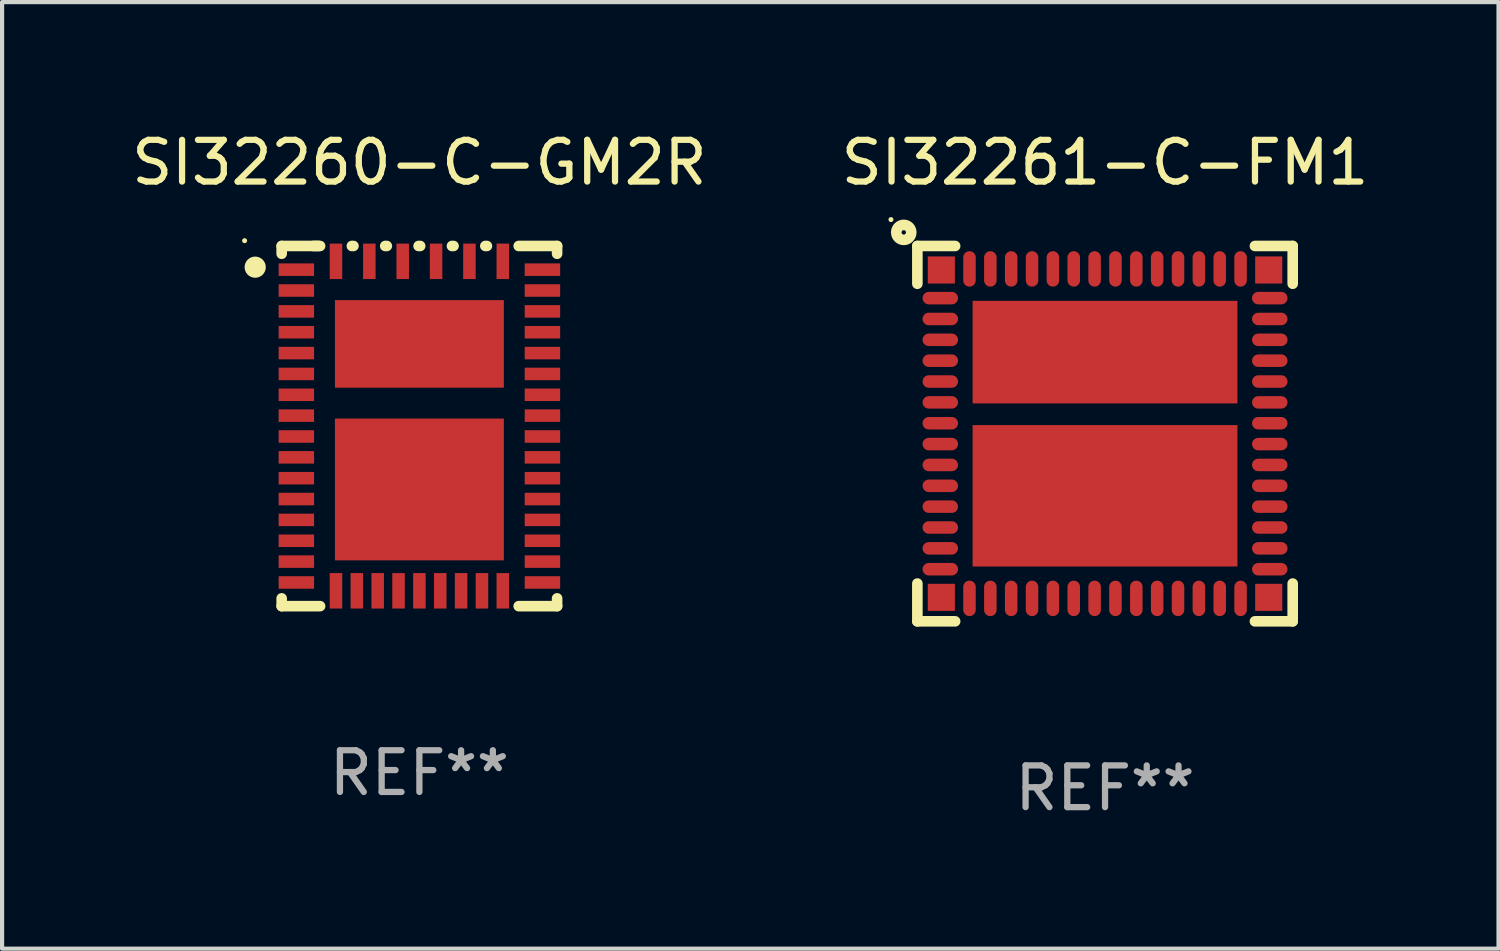
<source format=kicad_pcb>
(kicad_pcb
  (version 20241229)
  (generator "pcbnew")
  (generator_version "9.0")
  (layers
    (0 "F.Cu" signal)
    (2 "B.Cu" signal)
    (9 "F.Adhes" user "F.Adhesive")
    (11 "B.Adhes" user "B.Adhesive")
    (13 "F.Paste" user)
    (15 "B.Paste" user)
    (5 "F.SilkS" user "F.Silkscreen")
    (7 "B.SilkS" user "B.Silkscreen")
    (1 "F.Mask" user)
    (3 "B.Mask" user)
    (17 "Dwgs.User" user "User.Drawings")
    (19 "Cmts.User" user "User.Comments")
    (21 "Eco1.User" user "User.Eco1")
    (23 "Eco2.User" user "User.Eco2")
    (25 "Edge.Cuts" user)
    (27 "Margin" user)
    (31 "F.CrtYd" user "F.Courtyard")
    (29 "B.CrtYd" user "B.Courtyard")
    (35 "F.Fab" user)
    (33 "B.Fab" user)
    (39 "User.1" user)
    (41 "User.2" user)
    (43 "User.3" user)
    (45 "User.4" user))
  (footprint "SI32261-C-FM1"
    (layer "F.Cu")
    (at 23.446 7.348)
    (property "Reference" "SI32261-C-FM1" (at 0 -6.5 0) (layer "F.SilkS") (effects (font (size 1 1) (thickness 0.15))))
    (attr through_hole)
    (fp_line (start -4.5 -4.5) (end -4.5 -3.594) (stroke (width 0.254) (type solid)) (layer "F.SilkS"))
    (fp_line (start -4.5 3.594) (end -4.5 4.5) (stroke (width 0.254) (type solid)) (layer "F.SilkS"))
    (fp_line (start -4.5 4.5) (end -3.594 4.5) (stroke (width 0.254) (type solid)) (layer "F.SilkS"))
    (fp_line (start -3.594 -4.5) (end -4.5 -4.5) (stroke (width 0.254) (type solid)) (layer "F.SilkS"))
    (fp_line (start 3.594 4.5) (end 4.5 4.5) (stroke (width 0.254) (type solid)) (layer "F.SilkS"))
    (fp_line (start 4.5 -4.5) (end 3.594 -4.5) (stroke (width 0.254) (type solid)) (layer "F.SilkS"))
    (fp_line (start 4.5 -3.594) (end 4.5 -4.5) (stroke (width 0.254) (type solid)) (layer "F.SilkS"))
    (fp_line (start 4.5 4.5) (end 4.5 3.594) (stroke (width 0.254) (type solid)) (layer "F.SilkS"))
    (fp_circle (center -5.133 -5.133) (end -5.103 -5.133) (stroke (width 0.06) (type solid)) (fill no) (layer "F.SilkS"))
    (fp_circle (center -4.826 -4.826) (end -4.646 -4.826) (stroke (width 0.254) (type solid)) (fill no) (layer "F.SilkS"))
    (fp_text user "REF**" (at 0 8.5 0) (layer "F.Fab") (effects (font (size 1 1) (thickness 0.15))))
    (pad "1" smd rect (at -3.925 -3.925) (size 0.65 0.65) (layers "F.Cu" "F.Mask" "F.Paste"))
    (pad "2" smd oval (at -3.95 -3.25) (size 0.85 0.3) (layers "F.Cu" "F.Mask" "F.Paste"))
    (pad "3" smd oval (at -3.95 -2.75) (size 0.85 0.3) (layers "F.Cu" "F.Mask" "F.Paste"))
    (pad "4" smd oval (at -3.95 -2.25) (size 0.85 0.3) (layers "F.Cu" "F.Mask" "F.Paste"))
    (pad "5" smd oval (at -3.95 -1.75) (size 0.85 0.3) (layers "F.Cu" "F.Mask" "F.Paste"))
    (pad "6" smd oval (at -3.95 -1.25) (size 0.85 0.3) (layers "F.Cu" "F.Mask" "F.Paste"))
    (pad "7" smd oval (at -3.95 -0.75) (size 0.85 0.3) (layers "F.Cu" "F.Mask" "F.Paste"))
    (pad "8" smd oval (at -3.95 -0.25) (size 0.85 0.3) (layers "F.Cu" "F.Mask" "F.Paste"))
    (pad "9" smd oval (at -3.95 0.25) (size 0.85 0.3) (layers "F.Cu" "F.Mask" "F.Paste"))
    (pad "10" smd oval (at -3.95 0.75) (size 0.85 0.3) (layers "F.Cu" "F.Mask" "F.Paste"))
    (pad "11" smd oval (at -3.95 1.25) (size 0.85 0.3) (layers "F.Cu" "F.Mask" "F.Paste"))
    (pad "12" smd oval (at -3.95 1.75) (size 0.85 0.3) (layers "F.Cu" "F.Mask" "F.Paste"))
    (pad "13" smd oval (at -3.95 2.25) (size 0.85 0.3) (layers "F.Cu" "F.Mask" "F.Paste"))
    (pad "14" smd oval (at -3.95 2.75) (size 0.85 0.3) (layers "F.Cu" "F.Mask" "F.Paste"))
    (pad "15" smd oval (at -3.95 3.25) (size 0.85 0.3) (layers "F.Cu" "F.Mask" "F.Paste"))
    (pad "16" smd rect (at -3.925 3.925) (size 0.65 0.65) (layers "F.Cu" "F.Mask" "F.Paste"))
    (pad "17" smd oval (at -3.25 3.95 90) (size 0.85 0.3) (layers "F.Cu" "F.Mask" "F.Paste"))
    (pad "18" smd oval (at -2.75 3.95 90) (size 0.85 0.3) (layers "F.Cu" "F.Mask" "F.Paste"))
    (pad "19" smd oval (at -2.25 3.95 90) (size 0.85 0.3) (layers "F.Cu" "F.Mask" "F.Paste"))
    (pad "20" smd oval (at -1.75 3.95 90) (size 0.85 0.3) (layers "F.Cu" "F.Mask" "F.Paste"))
    (pad "21" smd oval (at -1.25 3.95 90) (size 0.85 0.3) (layers "F.Cu" "F.Mask" "F.Paste"))
    (pad "22" smd oval (at -0.75 3.95 90) (size 0.85 0.3) (layers "F.Cu" "F.Mask" "F.Paste"))
    (pad "23" smd oval (at -0.25 3.95 90) (size 0.85 0.3) (layers "F.Cu" "F.Mask" "F.Paste"))
    (pad "24" smd oval (at 0.25 3.95 90) (size 0.85 0.3) (layers "F.Cu" "F.Mask" "F.Paste"))
    (pad "25" smd oval (at 0.75 3.95 90) (size 0.85 0.3) (layers "F.Cu" "F.Mask" "F.Paste"))
    (pad "26" smd oval (at 1.25 3.95 90) (size 0.85 0.3) (layers "F.Cu" "F.Mask" "F.Paste"))
    (pad "27" smd oval (at 1.75 3.95 90) (size 0.85 0.3) (layers "F.Cu" "F.Mask" "F.Paste"))
    (pad "28" smd oval (at 2.25 3.95 90) (size 0.85 0.3) (layers "F.Cu" "F.Mask" "F.Paste"))
    (pad "29" smd oval (at 2.75 3.95 90) (size 0.85 0.3) (layers "F.Cu" "F.Mask" "F.Paste"))
    (pad "30" smd oval (at 3.25 3.95 90) (size 0.85 0.3) (layers "F.Cu" "F.Mask" "F.Paste"))
    (pad "31" smd rect (at 3.925 3.925 180) (size 0.65 0.65) (layers "F.Cu" "F.Mask" "F.Paste"))
    (pad "32" smd oval (at 3.95 3.25 180) (size 0.85 0.3) (layers "F.Cu" "F.Mask" "F.Paste"))
    (pad "33" smd oval (at 3.95 2.75 180) (size 0.85 0.3) (layers "F.Cu" "F.Mask" "F.Paste"))
    (pad "34" smd oval (at 3.95 2.25 180) (size 0.85 0.3) (layers "F.Cu" "F.Mask" "F.Paste"))
    (pad "35" smd oval (at 3.95 1.75 180) (size 0.85 0.3) (layers "F.Cu" "F.Mask" "F.Paste"))
    (pad "36" smd oval (at 3.95 1.25 180) (size 0.85 0.3) (layers "F.Cu" "F.Mask" "F.Paste"))
    (pad "37" smd oval (at 3.95 0.75 180) (size 0.85 0.3) (layers "F.Cu" "F.Mask" "F.Paste"))
    (pad "38" smd oval (at 3.95 0.25 180) (size 0.85 0.3) (layers "F.Cu" "F.Mask" "F.Paste"))
    (pad "39" smd oval (at 3.95 -0.25 180) (size 0.85 0.3) (layers "F.Cu" "F.Mask" "F.Paste"))
    (pad "40" smd oval (at 3.95 -0.75 180) (size 0.85 0.3) (layers "F.Cu" "F.Mask" "F.Paste"))
    (pad "41" smd oval (at 3.95 -1.25 180) (size 0.85 0.3) (layers "F.Cu" "F.Mask" "F.Paste"))
    (pad "42" smd oval (at 3.95 -1.75 180) (size 0.85 0.3) (layers "F.Cu" "F.Mask" "F.Paste"))
    (pad "43" smd oval (at 3.95 -2.25 180) (size 0.85 0.3) (layers "F.Cu" "F.Mask" "F.Paste"))
    (pad "44" smd oval (at 3.95 -2.75 180) (size 0.85 0.3) (layers "F.Cu" "F.Mask" "F.Paste"))
    (pad "45" smd oval (at 3.95 -3.25 180) (size 0.85 0.3) (layers "F.Cu" "F.Mask" "F.Paste"))
    (pad "46" smd rect (at 3.925 -3.925 180) (size 0.65 0.65) (layers "F.Cu" "F.Mask" "F.Paste"))
    (pad "47" smd oval (at 3.25 -3.95 270) (size 0.85 0.3) (layers "F.Cu" "F.Mask" "F.Paste"))
    (pad "48" smd oval (at 2.75 -3.95 270) (size 0.85 0.3) (layers "F.Cu" "F.Mask" "F.Paste"))
    (pad "49" smd oval (at 2.25 -3.95 270) (size 0.85 0.3) (layers "F.Cu" "F.Mask" "F.Paste"))
    (pad "50" smd oval (at 1.75 -3.95 270) (size 0.85 0.3) (layers "F.Cu" "F.Mask" "F.Paste"))
    (pad "51" smd oval (at 1.25 -3.95 270) (size 0.85 0.3) (layers "F.Cu" "F.Mask" "F.Paste"))
    (pad "52" smd oval (at 0.75 -3.95 270) (size 0.85 0.3) (layers "F.Cu" "F.Mask" "F.Paste"))
    (pad "53" smd oval (at 0.25 -3.95 270) (size 0.85 0.3) (layers "F.Cu" "F.Mask" "F.Paste"))
    (pad "54" smd oval (at -0.25 -3.95 270) (size 0.85 0.3) (layers "F.Cu" "F.Mask" "F.Paste"))
    (pad "55" smd oval (at -0.75 -3.95 270) (size 0.85 0.3) (layers "F.Cu" "F.Mask" "F.Paste"))
    (pad "56" smd oval (at -1.25 -3.95 270) (size 0.85 0.3) (layers "F.Cu" "F.Mask" "F.Paste"))
    (pad "57" smd oval (at -1.75 -3.95 270) (size 0.85 0.3) (layers "F.Cu" "F.Mask" "F.Paste"))
    (pad "58" smd oval (at -2.25 -3.95 270) (size 0.85 0.3) (layers "F.Cu" "F.Mask" "F.Paste"))
    (pad "59" smd oval (at -2.75 -3.95 270) (size 0.85 0.3) (layers "F.Cu" "F.Mask" "F.Paste"))
    (pad "60" smd oval (at -3.25 -3.95 270) (size 0.85 0.3) (layers "F.Cu" "F.Mask" "F.Paste"))
    (pad "61" smd rect (at -0.000076 -1.955 180) (size 6.35 2.46) (layers "F.Cu" "F.Mask" "F.Paste"))
    (pad "62" smd rect (at -0.000076 1.49 180) (size 6.35 3.39) (layers "F.Cu" "F.Mask" "F.Paste")))
  (footprint "SI32260-C-GM2R"
    (layer "F.Cu")
    (at 7.006 7.166)
    (property "Reference" "SI32260-C-GM2R" (at 0 -6.318 0) (layer "F.SilkS") (effects (font (size 1 1) (thickness 0.15))))
    (attr through_hole)
    (fp_line (start -3.302 -4.318) (end -3.302 -4.131) (stroke (width 0.254) (type solid)) (layer "F.SilkS"))
    (fp_line (start -3.302 4.131) (end -3.302 4.318) (stroke (width 0.254) (type solid)) (layer "F.SilkS"))
    (fp_line (start -3.302 4.318) (end -2.381 4.318) (stroke (width 0.254) (type solid)) (layer "F.SilkS"))
    (fp_line (start -2.413 -4.318) (end -3.302 -4.318) (stroke (width 0.254) (type solid)) (layer "F.SilkS"))
    (fp_line (start -2.381 -4.318) (end -2.54 -4.318) (stroke (width 0.254) (type solid)) (layer "F.SilkS"))
    (fp_line (start -1.581 -4.318) (end -1.619 -4.318) (stroke (width 0.254) (type solid)) (layer "F.SilkS"))
    (fp_line (start -0.781 -4.318) (end -0.819 -4.318) (stroke (width 0.254) (type solid)) (layer "F.SilkS"))
    (fp_line (start 0.019 -4.318) (end -0.019 -4.318) (stroke (width 0.254) (type solid)) (layer "F.SilkS"))
    (fp_line (start 0.819 -4.318) (end 0.781 -4.318) (stroke (width 0.254) (type solid)) (layer "F.SilkS"))
    (fp_line (start 1.619 -4.318) (end 1.581 -4.318) (stroke (width 0.254) (type solid)) (layer "F.SilkS"))
    (fp_line (start 2.381 4.318) (end 3.302 4.318) (stroke (width 0.254) (type solid)) (layer "F.SilkS"))
    (fp_line (start 3.302 -4.318) (end 2.381 -4.318) (stroke (width 0.254) (type solid)) (layer "F.SilkS"))
    (fp_line (start 3.302 -4.131) (end 3.302 -4.318) (stroke (width 0.254) (type solid)) (layer "F.SilkS"))
    (fp_line (start 3.302 4.318) (end 3.302 4.131) (stroke (width 0.254) (type solid)) (layer "F.SilkS"))
    (fp_circle (center -4.191 -4.445) (end -4.161 -4.445) (stroke (width 0.06) (type solid)) (fill no) (layer "F.SilkS"))
    (fp_circle (center -3.937 -3.81) (end -3.81 -3.81) (stroke (width 0.254) (type solid)) (fill no) (layer "F.SilkS"))
    (fp_text user "REF**" (at 0 8.318 0) (layer "F.Fab") (effects (font (size 1 1) (thickness 0.15))))
    (pad "1" smd rect (at -2.95 -3.75) (size 0.85 0.3) (layers "F.Cu" "F.Mask" "F.Paste"))
    (pad "2" smd rect (at -2.95 -3.25) (size 0.85 0.3) (layers "F.Cu" "F.Mask" "F.Paste"))
    (pad "3" smd rect (at -2.95 -2.75) (size 0.85 0.3) (layers "F.Cu" "F.Mask" "F.Paste"))
    (pad "4" smd rect (at -2.95 -2.25) (size 0.85 0.3) (layers "F.Cu" "F.Mask" "F.Paste"))
    (pad "5" smd rect (at -2.95 -1.75) (size 0.85 0.3) (layers "F.Cu" "F.Mask" "F.Paste"))
    (pad "6" smd rect (at -2.95 -1.25) (size 0.85 0.3) (layers "F.Cu" "F.Mask" "F.Paste"))
    (pad "7" smd rect (at -2.95 -0.75) (size 0.85 0.3) (layers "F.Cu" "F.Mask" "F.Paste"))
    (pad "8" smd rect (at -2.95 -0.25) (size 0.85 0.3) (layers "F.Cu" "F.Mask" "F.Paste"))
    (pad "9" smd rect (at -2.95 0.25) (size 0.85 0.3) (layers "F.Cu" "F.Mask" "F.Paste"))
    (pad "10" smd rect (at -2.95 0.75) (size 0.85 0.3) (layers "F.Cu" "F.Mask" "F.Paste"))
    (pad "11" smd rect (at -2.95 1.25) (size 0.85 0.3) (layers "F.Cu" "F.Mask" "F.Paste"))
    (pad "12" smd rect (at -2.95 1.75) (size 0.85 0.3) (layers "F.Cu" "F.Mask" "F.Paste"))
    (pad "13" smd rect (at -2.95 2.25) (size 0.85 0.3) (layers "F.Cu" "F.Mask" "F.Paste"))
    (pad "14" smd rect (at -2.95 2.75) (size 0.85 0.3) (layers "F.Cu" "F.Mask" "F.Paste"))
    (pad "15" smd rect (at -2.95 3.25) (size 0.85 0.3) (layers "F.Cu" "F.Mask" "F.Paste"))
    (pad "16" smd rect (at -2.95 3.75) (size 0.85 0.3) (layers "F.Cu" "F.Mask" "F.Paste"))
    (pad "17" smd rect (at -2 3.95 90) (size 0.85 0.3) (layers "F.Cu" "F.Mask" "F.Paste"))
    (pad "18" smd rect (at -1.5 3.95 90) (size 0.85 0.3) (layers "F.Cu" "F.Mask" "F.Paste"))
    (pad "19" smd rect (at -1 3.95 90) (size 0.85 0.3) (layers "F.Cu" "F.Mask" "F.Paste"))
    (pad "20" smd rect (at -0.5 3.95 90) (size 0.85 0.3) (layers "F.Cu" "F.Mask" "F.Paste"))
    (pad "21" smd rect (at 0 3.95 90) (size 0.85 0.3) (layers "F.Cu" "F.Mask" "F.Paste"))
    (pad "22" smd rect (at 0.5 3.95 90) (size 0.85 0.3) (layers "F.Cu" "F.Mask" "F.Paste"))
    (pad "23" smd rect (at 1 3.95 90) (size 0.85 0.3) (layers "F.Cu" "F.Mask" "F.Paste"))
    (pad "24" smd rect (at 1.5 3.95 90) (size 0.85 0.3) (layers "F.Cu" "F.Mask" "F.Paste"))
    (pad "25" smd rect (at 2 3.95 90) (size 0.85 0.3) (layers "F.Cu" "F.Mask" "F.Paste"))
    (pad "26" smd rect (at 2.95 3.75 180) (size 0.85 0.3) (layers "F.Cu" "F.Mask" "F.Paste"))
    (pad "27" smd rect (at 2.95 3.25 180) (size 0.85 0.3) (layers "F.Cu" "F.Mask" "F.Paste"))
    (pad "28" smd rect (at 2.95 2.75 180) (size 0.85 0.3) (layers "F.Cu" "F.Mask" "F.Paste"))
    (pad "29" smd rect (at 2.95 2.25 180) (size 0.85 0.3) (layers "F.Cu" "F.Mask" "F.Paste"))
    (pad "30" smd rect (at 2.95 1.75 180) (size 0.85 0.3) (layers "F.Cu" "F.Mask" "F.Paste"))
    (pad "31" smd rect (at 2.95 1.25 180) (size 0.85 0.3) (layers "F.Cu" "F.Mask" "F.Paste"))
    (pad "32" smd rect (at 2.95 0.75 180) (size 0.85 0.3) (layers "F.Cu" "F.Mask" "F.Paste"))
    (pad "33" smd rect (at 2.95 0.25 180) (size 0.85 0.3) (layers "F.Cu" "F.Mask" "F.Paste"))
    (pad "34" smd rect (at 2.95 -0.25 180) (size 0.85 0.3) (layers "F.Cu" "F.Mask" "F.Paste"))
    (pad "35" smd rect (at 2.95 -0.75 180) (size 0.85 0.3) (layers "F.Cu" "F.Mask" "F.Paste"))
    (pad "36" smd rect (at 2.95 -1.25 180) (size 0.85 0.3) (layers "F.Cu" "F.Mask" "F.Paste"))
    (pad "37" smd rect (at 2.95 -1.75 180) (size 0.85 0.3) (layers "F.Cu" "F.Mask" "F.Paste"))
    (pad "38" smd rect (at 2.95 -2.25 180) (size 0.85 0.3) (layers "F.Cu" "F.Mask" "F.Paste"))
    (pad "39" smd rect (at 2.95 -2.75 180) (size 0.85 0.3) (layers "F.Cu" "F.Mask" "F.Paste"))
    (pad "40" smd rect (at 2.95 -3.25 180) (size 0.85 0.3) (layers "F.Cu" "F.Mask" "F.Paste"))
    (pad "41" smd rect (at 2.95 -3.75 180) (size 0.85 0.3) (layers "F.Cu" "F.Mask" "F.Paste"))
    (pad "42" smd rect (at 2 -3.95 270) (size 0.85 0.3) (layers "F.Cu" "F.Mask" "F.Paste"))
    (pad "43" smd rect (at 1.2 -3.95 270) (size 0.85 0.3) (layers "F.Cu" "F.Mask" "F.Paste"))
    (pad "44" smd rect (at 0.4 -3.95 270) (size 0.85 0.3) (layers "F.Cu" "F.Mask" "F.Paste"))
    (pad "45" smd rect (at -0.4 -3.95 270) (size 0.85 0.3) (layers "F.Cu" "F.Mask" "F.Paste"))
    (pad "46" smd rect (at -1.2 -3.95 270) (size 0.85 0.3) (layers "F.Cu" "F.Mask" "F.Paste"))
    (pad "47" smd rect (at -2 -3.95 270) (size 0.85 0.3) (layers "F.Cu" "F.Mask" "F.Paste"))
    (pad "48" smd rect (at 0 -1.97 270) (size 2.1 4.05) (layers "F.Cu" "F.Mask" "F.Paste"))
    (pad "49" smd rect (at 0 1.52 270) (size 3.4 4.05) (layers "F.Cu" "F.Mask" "F.Paste")))
  (gr_rect
    (start -3 -3)
    (end 32.881 19.697)
    (stroke (width 0.1) (type default))
    (fill no)
    (layer "Edge.Cuts")))
</source>
